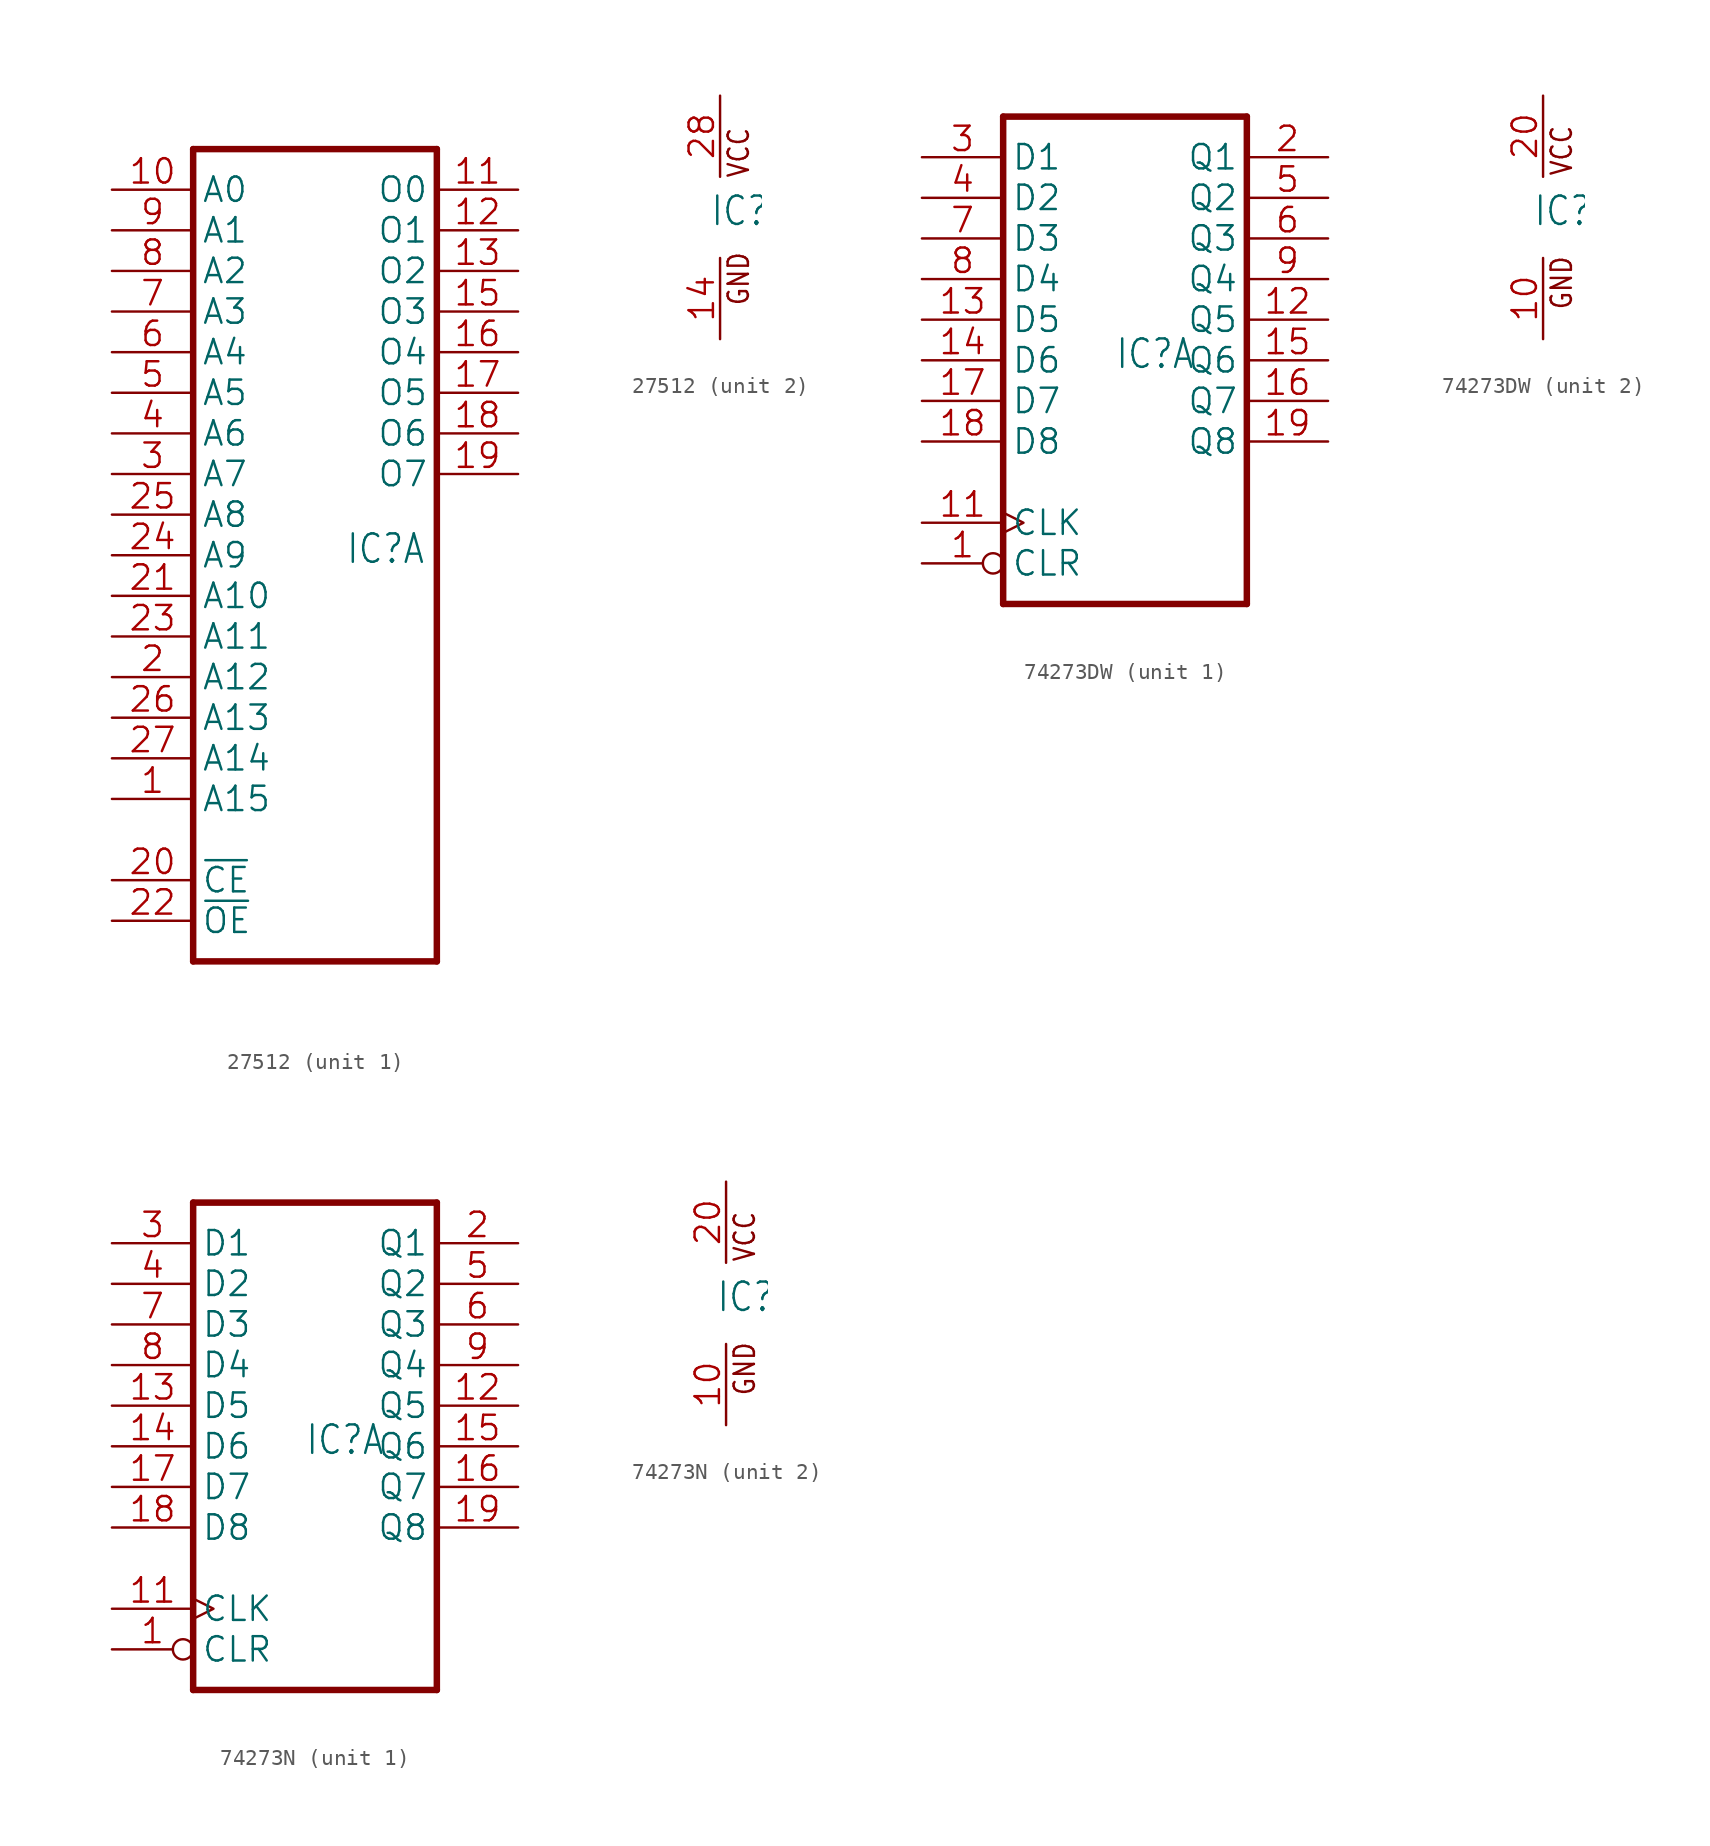
<source format=kicad_sym>
(kicad_symbol_lib
  (version 20241209)
  (generator "kicad_symbol_editor")
  (generator_version "9.0")
  (symbol "27512"
    (property "Reference" "IC"
      (at -0.635 -0.635 0)
      (effects (font (size 1.778 1.511)) (justify left bottom)))
    (property "ki_locked" ""
      (at 0 0 0)
      (effects (font (size 1.27 1.27))))
    (symbol "27512_1_0"
      (polyline (pts (xy -10.16 25.4) (xy -10.16 -25.4)) (stroke (width 0.406) (type solid)) (fill (type none)))
      (polyline (pts (xy -10.16 -25.4) (xy 5.08 -25.4)) (stroke (width 0.406) (type solid)) (fill (type none)))
      (polyline (pts (xy 5.08 25.4) (xy -10.16 25.4)) (stroke (width 0.406) (type solid)) (fill (type none)))
      (polyline (pts (xy 5.08 -25.4) (xy 5.08 25.4)) (stroke (width 0.406) (type solid)) (fill (type none)))
      (pin input line (at -15.24 22.86 0) (length 5.08) (name "A0" (effects (font (size 1.524 1.524)))) (number "10" (effects (font (size 1.524 1.524)))))
      (pin input line (at -15.24 20.32 0) (length 5.08) (name "A1" (effects (font (size 1.524 1.524)))) (number "9" (effects (font (size 1.524 1.524)))))
      (pin input line (at -15.24 17.78 0) (length 5.08) (name "A2" (effects (font (size 1.524 1.524)))) (number "8" (effects (font (size 1.524 1.524)))))
      (pin input line (at -15.24 15.24 0) (length 5.08) (name "A3" (effects (font (size 1.524 1.524)))) (number "7" (effects (font (size 1.524 1.524)))))
      (pin input line (at -15.24 12.7 0) (length 5.08) (name "A4" (effects (font (size 1.524 1.524)))) (number "6" (effects (font (size 1.524 1.524)))))
      (pin input line (at -15.24 10.16 0) (length 5.08) (name "A5" (effects (font (size 1.524 1.524)))) (number "5" (effects (font (size 1.524 1.524)))))
      (pin input line (at -15.24 7.62 0) (length 5.08) (name "A6" (effects (font (size 1.524 1.524)))) (number "4" (effects (font (size 1.524 1.524)))))
      (pin input line (at -15.24 5.08 0) (length 5.08) (name "A7" (effects (font (size 1.524 1.524)))) (number "3" (effects (font (size 1.524 1.524)))))
      (pin input line (at -15.24 2.54 0) (length 5.08) (name "A8" (effects (font (size 1.524 1.524)))) (number "25" (effects (font (size 1.524 1.524)))))
      (pin input line (at -15.24 0 0) (length 5.08) (name "A9" (effects (font (size 1.524 1.524)))) (number "24" (effects (font (size 1.524 1.524)))))
      (pin input line (at -15.24 -2.54 0) (length 5.08) (name "A10" (effects (font (size 1.524 1.524)))) (number "21" (effects (font (size 1.524 1.524)))))
      (pin input line (at -15.24 -5.08 0) (length 5.08) (name "A11" (effects (font (size 1.524 1.524)))) (number "23" (effects (font (size 1.524 1.524)))))
      (pin input line (at -15.24 -7.62 0) (length 5.08) (name "A12" (effects (font (size 1.524 1.524)))) (number "2" (effects (font (size 1.524 1.524)))))
      (pin input line (at -15.24 -10.16 0) (length 5.08) (name "A13" (effects (font (size 1.524 1.524)))) (number "26" (effects (font (size 1.524 1.524)))))
      (pin input line (at -15.24 -12.7 0) (length 5.08) (name "A14" (effects (font (size 1.524 1.524)))) (number "27" (effects (font (size 1.524 1.524)))))
      (pin input line (at -15.24 -15.24 0) (length 5.08) (name "A15" (effects (font (size 1.524 1.524)))) (number "1" (effects (font (size 1.524 1.524)))))
      (pin input line (at -15.24 -20.32 0) (length 5.08) (name "~{CE}" (effects (font (size 1.524 1.524)))) (number "20" (effects (font (size 1.524 1.524)))))
      (pin input line (at -15.24 -22.86 0) (length 5.08) (name "~{OE}" (effects (font (size 1.524 1.524)))) (number "22" (effects (font (size 1.524 1.524)))))
      (pin tri_state line (at 10.16 22.86 180) (length 5.08) (name "O0" (effects (font (size 1.524 1.524)))) (number "11" (effects (font (size 1.524 1.524)))))
      (pin tri_state line (at 10.16 20.32 180) (length 5.08) (name "O1" (effects (font (size 1.524 1.524)))) (number "12" (effects (font (size 1.524 1.524)))))
      (pin tri_state line (at 10.16 17.78 180) (length 5.08) (name "O2" (effects (font (size 1.524 1.524)))) (number "13" (effects (font (size 1.524 1.524)))))
      (pin tri_state line (at 10.16 15.24 180) (length 5.08) (name "O3" (effects (font (size 1.524 1.524)))) (number "15" (effects (font (size 1.524 1.524)))))
      (pin tri_state line (at 10.16 12.7 180) (length 5.08) (name "O4" (effects (font (size 1.524 1.524)))) (number "16" (effects (font (size 1.524 1.524)))))
      (pin tri_state line (at 10.16 10.16 180) (length 5.08) (name "O5" (effects (font (size 1.524 1.524)))) (number "17" (effects (font (size 1.524 1.524)))))
      (pin tri_state line (at 10.16 7.62 180) (length 5.08) (name "O6" (effects (font (size 1.524 1.524)))) (number "18" (effects (font (size 1.524 1.524)))))
      (pin tri_state line (at 10.16 5.08 180) (length 5.08) (name "O7" (effects (font (size 1.524 1.524)))) (number "19" (effects (font (size 1.524 1.524))))))
    (symbol "27512_2_0"
      (text "VCC" (at 1.905 2.413 900) (effects (font (size 1.27 1.079)) (justify left bottom)))
      (text "GND" (at 1.905 -5.588 900) (effects (font (size 1.27 1.079)) (justify left bottom)))
      (pin power_in line (at 0 7.62 270) (length 5.08) (name "VCC" (effects (font (size 0 0)))) (number "28" (effects (font (size 1.524 1.524)))))
      (pin power_in line (at 0 -7.62 90) (length 5.08) (name "GND" (effects (font (size 0 0)))) (number "14" (effects (font (size 1.524 1.524)))))))
  (symbol "74273DW"
    (property "Reference" "IC"
      (at -0.635 -0.635 0)
      (effects (font (size 1.778 1.511)) (justify left bottom)))
    (property "ki_locked" ""
      (at 0 0 0)
      (effects (font (size 1.27 1.27))))
    (symbol "74273DW_1_0"
      (polyline (pts (xy -7.62 15.24) (xy -7.62 -15.24)) (stroke (width 0.406) (type solid)) (fill (type none)))
      (polyline (pts (xy -7.62 -15.24) (xy 7.62 -15.24)) (stroke (width 0.406) (type solid)) (fill (type none)))
      (polyline (pts (xy 7.62 15.24) (xy -7.62 15.24)) (stroke (width 0.406) (type solid)) (fill (type none)))
      (polyline (pts (xy 7.62 -15.24) (xy 7.62 15.24)) (stroke (width 0.406) (type solid)) (fill (type none)))
      (pin input line (at -12.7 12.7 0) (length 5.08) (name "D1" (effects (font (size 1.524 1.524)))) (number "3" (effects (font (size 1.524 1.524)))))
      (pin input line (at -12.7 10.16 0) (length 5.08) (name "D2" (effects (font (size 1.524 1.524)))) (number "4" (effects (font (size 1.524 1.524)))))
      (pin input line (at -12.7 7.62 0) (length 5.08) (name "D3" (effects (font (size 1.524 1.524)))) (number "7" (effects (font (size 1.524 1.524)))))
      (pin input line (at -12.7 5.08 0) (length 5.08) (name "D4" (effects (font (size 1.524 1.524)))) (number "8" (effects (font (size 1.524 1.524)))))
      (pin input line (at -12.7 2.54 0) (length 5.08) (name "D5" (effects (font (size 1.524 1.524)))) (number "13" (effects (font (size 1.524 1.524)))))
      (pin input line (at -12.7 0 0) (length 5.08) (name "D6" (effects (font (size 1.524 1.524)))) (number "14" (effects (font (size 1.524 1.524)))))
      (pin input line (at -12.7 -2.54 0) (length 5.08) (name "D7" (effects (font (size 1.524 1.524)))) (number "17" (effects (font (size 1.524 1.524)))))
      (pin input line (at -12.7 -5.08 0) (length 5.08) (name "D8" (effects (font (size 1.524 1.524)))) (number "18" (effects (font (size 1.524 1.524)))))
      (pin input clock (at -12.7 -10.16 0) (length 5.08) (name "CLK" (effects (font (size 1.524 1.524)))) (number "11" (effects (font (size 1.524 1.524)))))
      (pin input inverted (at -12.7 -12.7 0) (length 5.08) (name "CLR" (effects (font (size 1.524 1.524)))) (number "1" (effects (font (size 1.524 1.524)))))
      (pin output line (at 12.7 12.7 180) (length 5.08) (name "Q1" (effects (font (size 1.524 1.524)))) (number "2" (effects (font (size 1.524 1.524)))))
      (pin output line (at 12.7 10.16 180) (length 5.08) (name "Q2" (effects (font (size 1.524 1.524)))) (number "5" (effects (font (size 1.524 1.524)))))
      (pin output line (at 12.7 7.62 180) (length 5.08) (name "Q3" (effects (font (size 1.524 1.524)))) (number "6" (effects (font (size 1.524 1.524)))))
      (pin output line (at 12.7 5.08 180) (length 5.08) (name "Q4" (effects (font (size 1.524 1.524)))) (number "9" (effects (font (size 1.524 1.524)))))
      (pin output line (at 12.7 2.54 180) (length 5.08) (name "Q5" (effects (font (size 1.524 1.524)))) (number "12" (effects (font (size 1.524 1.524)))))
      (pin output line (at 12.7 0 180) (length 5.08) (name "Q6" (effects (font (size 1.524 1.524)))) (number "15" (effects (font (size 1.524 1.524)))))
      (pin output line (at 12.7 -2.54 180) (length 5.08) (name "Q7" (effects (font (size 1.524 1.524)))) (number "16" (effects (font (size 1.524 1.524)))))
      (pin output line (at 12.7 -5.08 180) (length 5.08) (name "Q8" (effects (font (size 1.524 1.524)))) (number "19" (effects (font (size 1.524 1.524))))))
    (symbol "74273DW_2_0"
      (text "VCC" (at 1.905 2.54 900) (effects (font (size 1.27 1.079)) (justify left bottom)))
      (text "GND" (at 1.905 -5.842 900) (effects (font (size 1.27 1.079)) (justify left bottom)))
      (pin power_in line (at 0 7.62 270) (length 5.08) (name "VCC" (effects (font (size 0 0)))) (number "20" (effects (font (size 1.524 1.524)))))
      (pin power_in line (at 0 -7.62 90) (length 5.08) (name "GND" (effects (font (size 0 0)))) (number "10" (effects (font (size 1.524 1.524)))))))
  (symbol "74273N"
    (property "Reference" "IC"
      (at -0.635 -0.635 0)
      (effects (font (size 1.778 1.511)) (justify left bottom)))
    (property "ki_locked" ""
      (at 0 0 0)
      (effects (font (size 1.27 1.27))))
    (symbol "74273N_1_0"
      (polyline (pts (xy -7.62 15.24) (xy -7.62 -15.24)) (stroke (width 0.406) (type solid)) (fill (type none)))
      (polyline (pts (xy -7.62 -15.24) (xy 7.62 -15.24)) (stroke (width 0.406) (type solid)) (fill (type none)))
      (polyline (pts (xy 7.62 15.24) (xy -7.62 15.24)) (stroke (width 0.406) (type solid)) (fill (type none)))
      (polyline (pts (xy 7.62 -15.24) (xy 7.62 15.24)) (stroke (width 0.406) (type solid)) (fill (type none)))
      (pin input line (at -12.7 12.7 0) (length 5.08) (name "D1" (effects (font (size 1.524 1.524)))) (number "3" (effects (font (size 1.524 1.524)))))
      (pin input line (at -12.7 10.16 0) (length 5.08) (name "D2" (effects (font (size 1.524 1.524)))) (number "4" (effects (font (size 1.524 1.524)))))
      (pin input line (at -12.7 7.62 0) (length 5.08) (name "D3" (effects (font (size 1.524 1.524)))) (number "7" (effects (font (size 1.524 1.524)))))
      (pin input line (at -12.7 5.08 0) (length 5.08) (name "D4" (effects (font (size 1.524 1.524)))) (number "8" (effects (font (size 1.524 1.524)))))
      (pin input line (at -12.7 2.54 0) (length 5.08) (name "D5" (effects (font (size 1.524 1.524)))) (number "13" (effects (font (size 1.524 1.524)))))
      (pin input line (at -12.7 0 0) (length 5.08) (name "D6" (effects (font (size 1.524 1.524)))) (number "14" (effects (font (size 1.524 1.524)))))
      (pin input line (at -12.7 -2.54 0) (length 5.08) (name "D7" (effects (font (size 1.524 1.524)))) (number "17" (effects (font (size 1.524 1.524)))))
      (pin input line (at -12.7 -5.08 0) (length 5.08) (name "D8" (effects (font (size 1.524 1.524)))) (number "18" (effects (font (size 1.524 1.524)))))
      (pin input clock (at -12.7 -10.16 0) (length 5.08) (name "CLK" (effects (font (size 1.524 1.524)))) (number "11" (effects (font (size 1.524 1.524)))))
      (pin input inverted (at -12.7 -12.7 0) (length 5.08) (name "CLR" (effects (font (size 1.524 1.524)))) (number "1" (effects (font (size 1.524 1.524)))))
      (pin output line (at 12.7 12.7 180) (length 5.08) (name "Q1" (effects (font (size 1.524 1.524)))) (number "2" (effects (font (size 1.524 1.524)))))
      (pin output line (at 12.7 10.16 180) (length 5.08) (name "Q2" (effects (font (size 1.524 1.524)))) (number "5" (effects (font (size 1.524 1.524)))))
      (pin output line (at 12.7 7.62 180) (length 5.08) (name "Q3" (effects (font (size 1.524 1.524)))) (number "6" (effects (font (size 1.524 1.524)))))
      (pin output line (at 12.7 5.08 180) (length 5.08) (name "Q4" (effects (font (size 1.524 1.524)))) (number "9" (effects (font (size 1.524 1.524)))))
      (pin output line (at 12.7 2.54 180) (length 5.08) (name "Q5" (effects (font (size 1.524 1.524)))) (number "12" (effects (font (size 1.524 1.524)))))
      (pin output line (at 12.7 0 180) (length 5.08) (name "Q6" (effects (font (size 1.524 1.524)))) (number "15" (effects (font (size 1.524 1.524)))))
      (pin output line (at 12.7 -2.54 180) (length 5.08) (name "Q7" (effects (font (size 1.524 1.524)))) (number "16" (effects (font (size 1.524 1.524)))))
      (pin output line (at 12.7 -5.08 180) (length 5.08) (name "Q8" (effects (font (size 1.524 1.524)))) (number "19" (effects (font (size 1.524 1.524))))))
    (symbol "74273N_2_0"
      (text "VCC" (at 1.905 2.54 900) (effects (font (size 1.27 1.079)) (justify left bottom)))
      (text "GND" (at 1.905 -5.842 900) (effects (font (size 1.27 1.079)) (justify left bottom)))
      (pin power_in line (at 0 7.62 270) (length 5.08) (name "VCC" (effects (font (size 0 0)))) (number "20" (effects (font (size 1.524 1.524)))))
      (pin power_in line (at 0 -7.62 90) (length 5.08) (name "GND" (effects (font (size 0 0)))) (number "10" (effects (font (size 1.524 1.524))))))))
</source>
